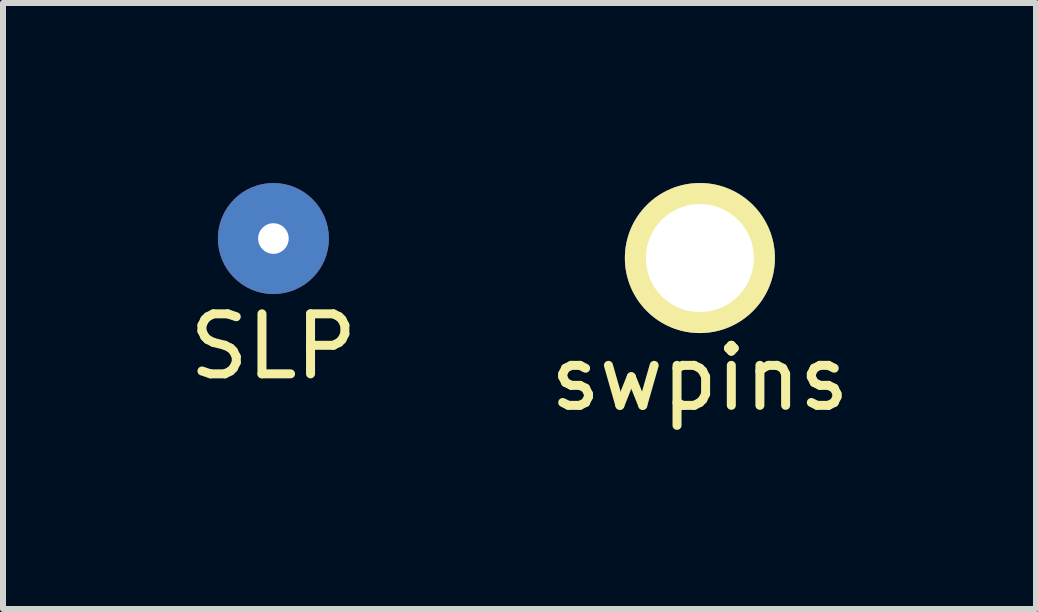
<source format=kicad_pcb>
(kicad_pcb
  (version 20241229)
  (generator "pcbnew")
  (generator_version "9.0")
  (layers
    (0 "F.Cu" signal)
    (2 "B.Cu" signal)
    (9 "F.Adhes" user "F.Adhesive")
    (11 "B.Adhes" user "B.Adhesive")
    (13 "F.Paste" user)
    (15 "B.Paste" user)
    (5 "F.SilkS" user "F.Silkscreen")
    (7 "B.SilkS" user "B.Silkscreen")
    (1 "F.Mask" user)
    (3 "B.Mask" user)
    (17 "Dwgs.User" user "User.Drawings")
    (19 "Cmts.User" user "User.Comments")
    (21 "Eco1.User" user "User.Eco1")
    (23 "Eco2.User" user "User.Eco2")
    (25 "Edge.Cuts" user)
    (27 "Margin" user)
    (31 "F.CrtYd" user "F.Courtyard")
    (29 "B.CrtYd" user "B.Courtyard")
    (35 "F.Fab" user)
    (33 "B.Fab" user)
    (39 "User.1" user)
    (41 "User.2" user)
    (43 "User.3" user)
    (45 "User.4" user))
  (footprint "SLP"
    (layer "F.Cu")
    (at 1.506 0.925)
    (property "Reference" "SLP" (at 0 1.8 0) (layer "F.SilkS") (effects (font (size 1 1) (thickness 0.15))))
    (attr through_hole)
    (pad "1" thru_hole circle (at 0 0) (size 1.85 1.85) (drill 0.51) (layers "*.Cu" "*.Mask")))
  (footprint "swpins"
    (layer "F.Cu")
    (at 8.613 1.25)
    (property "Reference" "swpins" (at 0 2 0) (layer "F.SilkS") (effects (font (size 1 1) (thickness 0.15))))
    (attr through_hole)
    (pad "1" thru_hole circle (at 0 0) (size 2.5 2.5) (drill 1.8) (layers "*.Cu" "*.Mask" "F.SilkS")))
  (gr_rect
    (start -3 -3)
    (end 14.214 7.098)
    (stroke (width 0.1) (type default))
    (fill no)
    (layer "Edge.Cuts")))
</source>
